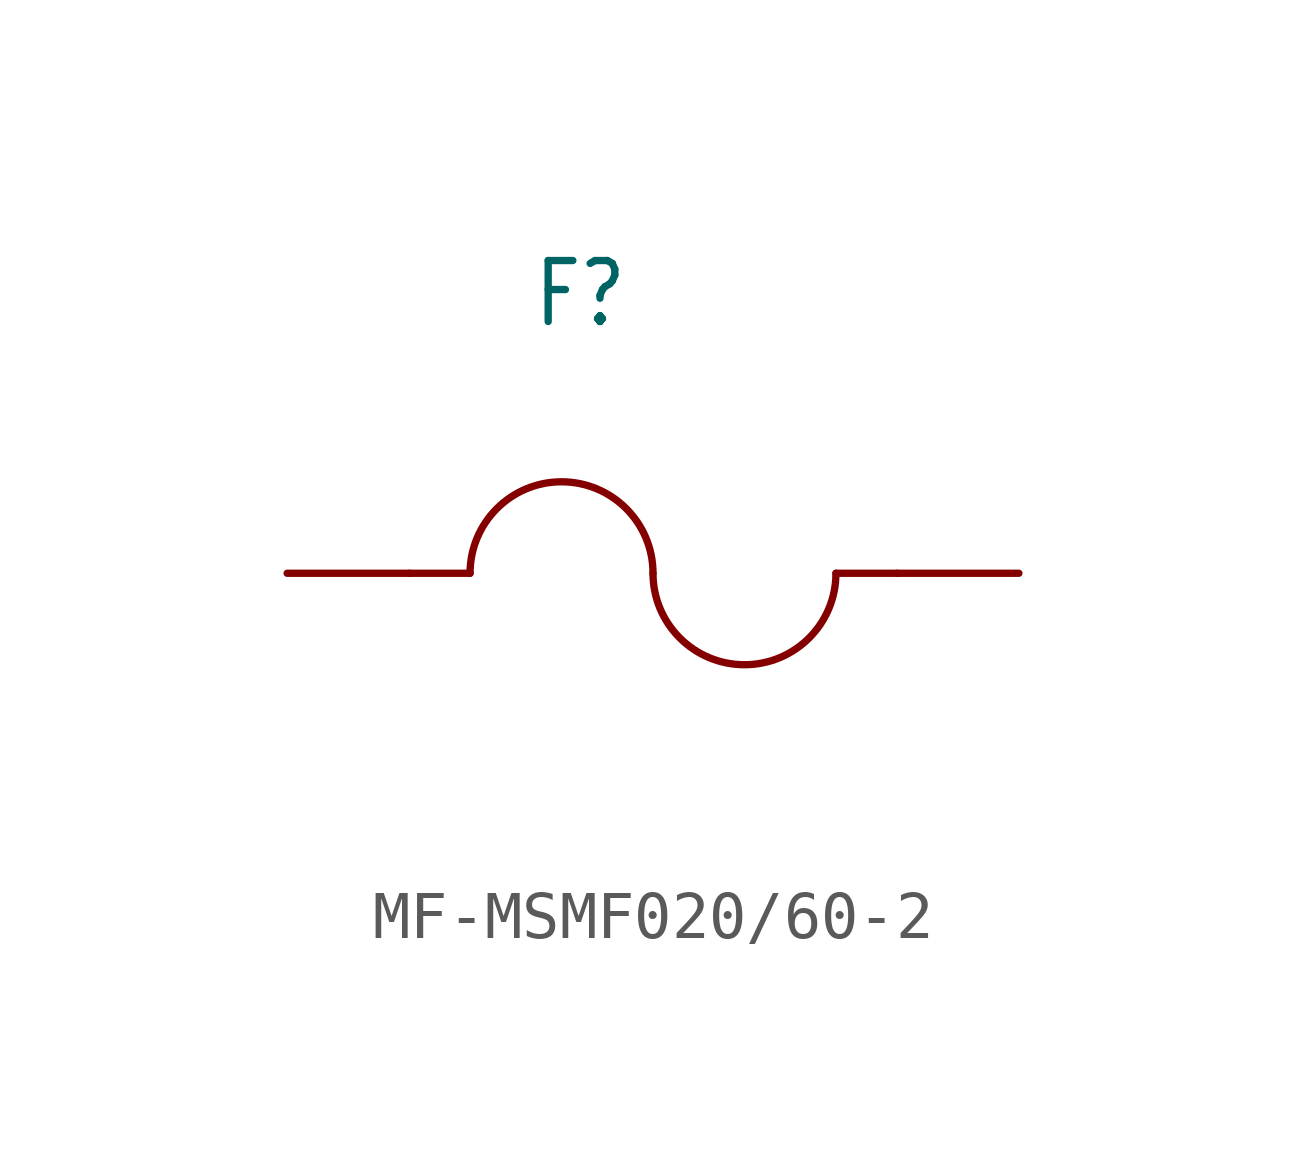
<source format=kicad_sym>
(kicad_symbol_lib
  (version 20231120)
  (generator "kicad_symbol_editor")
  (generator_version "8.0")
  (symbol "MF-MSMF020/60-2"
    (property "Reference" "F"
      (at -2.54 5.08 0)
      (effects (font (size 1.27 1.079)) (justify left bottom)))
    (property "Value" ""
      (at -2.54 -5.08 0)
      (effects (font (size 1.27 1.079)) (justify left bottom)))
    (property "ki_locked" ""
      (at 0 0 0)
      (effects (font (size 1.27 1.27))))
    (symbol "MF-MSMF020/60-2_1_0"
      (arc (start 0 0) (mid -1.905 1.905) (end -3.81 0) (stroke (width 0.1524) (type solid)) (fill (type none)))
      (polyline (pts (xy -5.08 0) (xy -3.81 0)) (stroke (width 0.152) (type solid)) (fill (type none)))
      (polyline (pts (xy 5.08 0) (xy 3.81 0)) (stroke (width 0.152) (type solid)) (fill (type none)))
      (arc (start 0 0) (mid 1.905 -1.905) (end 3.81 0) (stroke (width 0.1524) (type solid)) (fill (type none)))
      (pin passive line (at -7.62 0 0) (length 2.54) (name "1" (effects (font (size 0 0)))) (number "1" (effects (font (size 0 0)))))
      (pin passive line (at 7.62 0 180) (length 2.54) (name "2" (effects (font (size 0 0)))) (number "2" (effects (font (size 0 0))))))))
</source>
